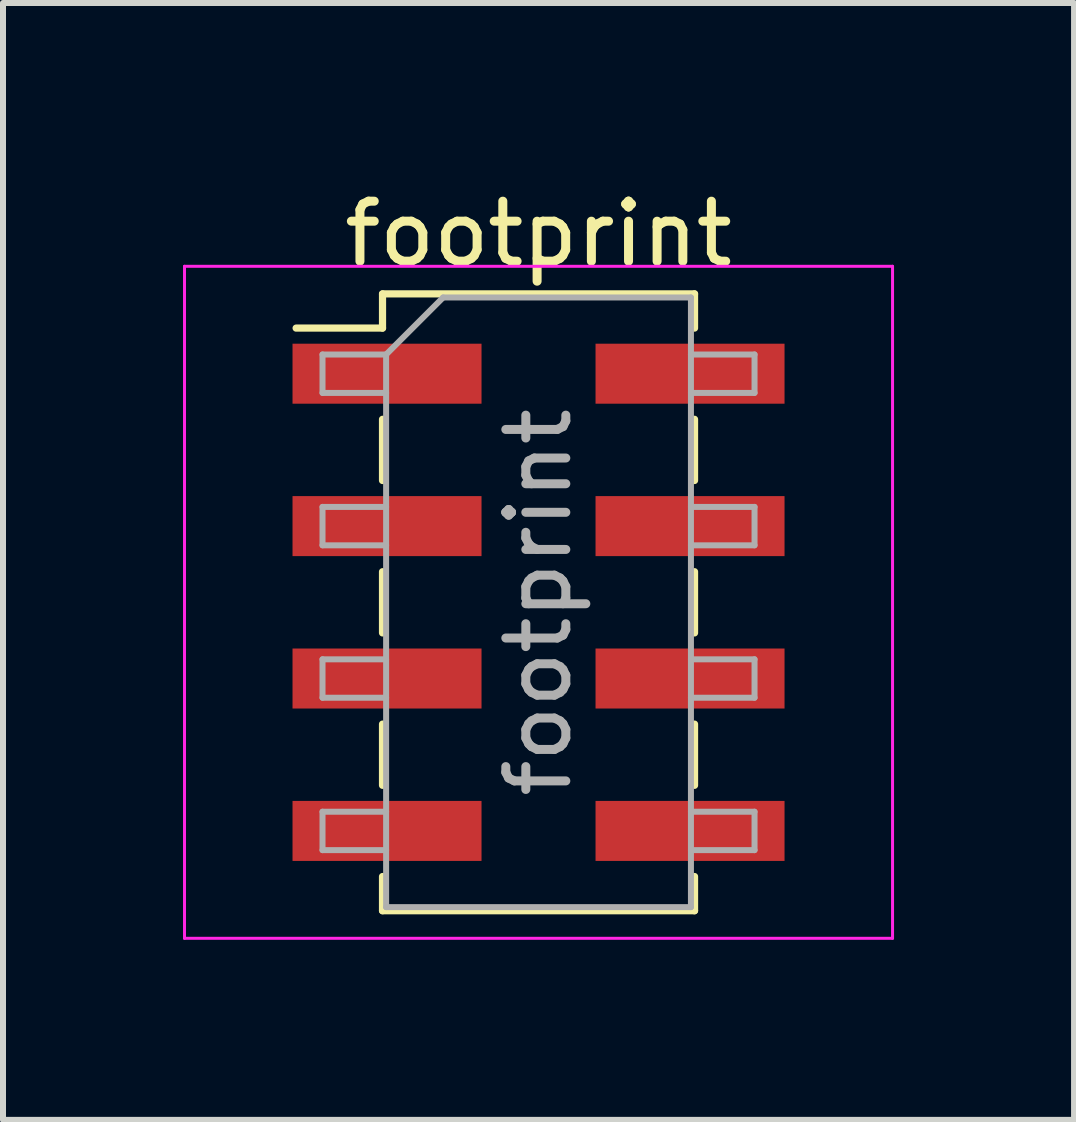
<source format=kicad_pcb>
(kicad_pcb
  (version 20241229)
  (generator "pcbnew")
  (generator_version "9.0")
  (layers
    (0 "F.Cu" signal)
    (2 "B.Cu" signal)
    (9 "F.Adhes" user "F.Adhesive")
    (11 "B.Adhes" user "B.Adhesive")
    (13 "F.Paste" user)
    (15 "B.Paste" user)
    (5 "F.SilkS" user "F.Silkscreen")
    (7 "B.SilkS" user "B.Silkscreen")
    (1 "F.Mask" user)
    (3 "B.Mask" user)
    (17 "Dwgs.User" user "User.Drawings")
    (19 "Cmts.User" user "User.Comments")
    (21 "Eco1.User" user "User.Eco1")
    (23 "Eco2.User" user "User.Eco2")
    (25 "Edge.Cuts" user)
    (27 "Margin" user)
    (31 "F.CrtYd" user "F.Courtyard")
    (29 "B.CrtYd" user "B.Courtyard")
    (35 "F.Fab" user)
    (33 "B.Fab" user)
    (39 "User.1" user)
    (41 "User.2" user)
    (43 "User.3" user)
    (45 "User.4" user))
  (footprint "footprint"
    (layer "F.Cu")
    (at 5.925 6.988)
    (property "Reference" "footprint" (at 0 -6.14 0) (layer "F.SilkS") (effects (font (size 1 1) (thickness 0.15))))
    (attr smd)
    (fp_line (start -4.04 -4.57) (end -2.6 -4.57) (stroke (width 0.12) (type solid)) (layer "F.SilkS"))
    (fp_line (start -2.6 -5.14) (end -2.6 -4.57) (stroke (width 0.12) (type solid)) (layer "F.SilkS"))
    (fp_line (start -2.6 -5.14) (end 2.6 -5.14) (stroke (width 0.12) (type solid)) (layer "F.SilkS"))
    (fp_line (start -2.6 -3.05) (end -2.6 -2.03) (stroke (width 0.12) (type solid)) (layer "F.SilkS"))
    (fp_line (start -2.6 -0.51) (end -2.6 0.51) (stroke (width 0.12) (type solid)) (layer "F.SilkS"))
    (fp_line (start -2.6 2.03) (end -2.6 3.05) (stroke (width 0.12) (type solid)) (layer "F.SilkS"))
    (fp_line (start -2.6 4.57) (end -2.6 5.14) (stroke (width 0.12) (type solid)) (layer "F.SilkS"))
    (fp_line (start -2.6 5.14) (end 2.6 5.14) (stroke (width 0.12) (type solid)) (layer "F.SilkS"))
    (fp_line (start 2.6 -5.14) (end 2.6 -4.57) (stroke (width 0.12) (type solid)) (layer "F.SilkS"))
    (fp_line (start 2.6 -3.05) (end 2.6 -2.03) (stroke (width 0.12) (type solid)) (layer "F.SilkS"))
    (fp_line (start 2.6 -0.51) (end 2.6 0.51) (stroke (width 0.12) (type solid)) (layer "F.SilkS"))
    (fp_line (start 2.6 2.03) (end 2.6 3.05) (stroke (width 0.12) (type solid)) (layer "F.SilkS"))
    (fp_line (start 2.6 4.57) (end 2.6 5.14) (stroke (width 0.12) (type solid)) (layer "F.SilkS"))
    (fp_line (start -5.9 -5.6) (end -5.9 5.6) (stroke (width 0.05) (type solid)) (layer "F.CrtYd"))
    (fp_line (start -5.9 5.6) (end 5.9 5.6) (stroke (width 0.05) (type solid)) (layer "F.CrtYd"))
    (fp_line (start 5.9 -5.6) (end -5.9 -5.6) (stroke (width 0.05) (type solid)) (layer "F.CrtYd"))
    (fp_line (start 5.9 5.6) (end 5.9 -5.6) (stroke (width 0.05) (type solid)) (layer "F.CrtYd"))
    (fp_line (start -3.6 -4.13) (end -3.6 -3.49) (stroke (width 0.1) (type solid)) (layer "F.Fab"))
    (fp_line (start -3.6 -3.49) (end -2.54 -3.49) (stroke (width 0.1) (type solid)) (layer "F.Fab"))
    (fp_line (start -3.6 -1.59) (end -3.6 -0.95) (stroke (width 0.1) (type solid)) (layer "F.Fab"))
    (fp_line (start -3.6 -0.95) (end -2.54 -0.95) (stroke (width 0.1) (type solid)) (layer "F.Fab"))
    (fp_line (start -3.6 0.95) (end -3.6 1.59) (stroke (width 0.1) (type solid)) (layer "F.Fab"))
    (fp_line (start -3.6 1.59) (end -2.54 1.59) (stroke (width 0.1) (type solid)) (layer "F.Fab"))
    (fp_line (start -3.6 3.49) (end -3.6 4.13) (stroke (width 0.1) (type solid)) (layer "F.Fab"))
    (fp_line (start -3.6 4.13) (end -2.54 4.13) (stroke (width 0.1) (type solid)) (layer "F.Fab"))
    (fp_line (start -2.54 -4.13) (end -3.6 -4.13) (stroke (width 0.1) (type solid)) (layer "F.Fab"))
    (fp_line (start -2.54 -4.13) (end -1.59 -5.08) (stroke (width 0.1) (type solid)) (layer "F.Fab"))
    (fp_line (start -2.54 -1.59) (end -3.6 -1.59) (stroke (width 0.1) (type solid)) (layer "F.Fab"))
    (fp_line (start -2.54 0.95) (end -3.6 0.95) (stroke (width 0.1) (type solid)) (layer "F.Fab"))
    (fp_line (start -2.54 3.49) (end -3.6 3.49) (stroke (width 0.1) (type solid)) (layer "F.Fab"))
    (fp_line (start -2.54 5.08) (end -2.54 -4.13) (stroke (width 0.1) (type solid)) (layer "F.Fab"))
    (fp_line (start -1.59 -5.08) (end 2.54 -5.08) (stroke (width 0.1) (type solid)) (layer "F.Fab"))
    (fp_line (start 2.54 -5.08) (end 2.54 5.08) (stroke (width 0.1) (type solid)) (layer "F.Fab"))
    (fp_line (start 2.54 -4.13) (end 3.6 -4.13) (stroke (width 0.1) (type solid)) (layer "F.Fab"))
    (fp_line (start 2.54 -1.59) (end 3.6 -1.59) (stroke (width 0.1) (type solid)) (layer "F.Fab"))
    (fp_line (start 2.54 0.95) (end 3.6 0.95) (stroke (width 0.1) (type solid)) (layer "F.Fab"))
    (fp_line (start 2.54 3.49) (end 3.6 3.49) (stroke (width 0.1) (type solid)) (layer "F.Fab"))
    (fp_line (start 2.54 5.08) (end -2.54 5.08) (stroke (width 0.1) (type solid)) (layer "F.Fab"))
    (fp_line (start 3.6 -4.13) (end 3.6 -3.49) (stroke (width 0.1) (type solid)) (layer "F.Fab"))
    (fp_line (start 3.6 -3.49) (end 2.54 -3.49) (stroke (width 0.1) (type solid)) (layer "F.Fab"))
    (fp_line (start 3.6 -1.59) (end 3.6 -0.95) (stroke (width 0.1) (type solid)) (layer "F.Fab"))
    (fp_line (start 3.6 -0.95) (end 2.54 -0.95) (stroke (width 0.1) (type solid)) (layer "F.Fab"))
    (fp_line (start 3.6 0.95) (end 3.6 1.59) (stroke (width 0.1) (type solid)) (layer "F.Fab"))
    (fp_line (start 3.6 1.59) (end 2.54 1.59) (stroke (width 0.1) (type solid)) (layer "F.Fab"))
    (fp_line (start 3.6 3.49) (end 3.6 4.13) (stroke (width 0.1) (type solid)) (layer "F.Fab"))
    (fp_line (start 3.6 4.13) (end 2.54 4.13) (stroke (width 0.1) (type solid)) (layer "F.Fab"))
    (fp_text user "${REFERENCE}" (at 0 0 90) (layer "F.Fab") (effects (font (size 1 1) (thickness 0.15))))
    (pad "1" smd rect (at -2.525 -3.81) (size 3.15 1) (layers "F.Cu" "F.Mask" "F.Paste"))
    (pad "2" smd rect (at 2.525 -3.81) (size 3.15 1) (layers "F.Cu" "F.Mask" "F.Paste"))
    (pad "3" smd rect (at -2.525 -1.27) (size 3.15 1) (layers "F.Cu" "F.Mask" "F.Paste"))
    (pad "4" smd rect (at 2.525 -1.27) (size 3.15 1) (layers "F.Cu" "F.Mask" "F.Paste"))
    (pad "5" smd rect (at -2.525 1.27) (size 3.15 1) (layers "F.Cu" "F.Mask" "F.Paste"))
    (pad "6" smd rect (at 2.525 1.27) (size 3.15 1) (layers "F.Cu" "F.Mask" "F.Paste"))
    (pad "7" smd rect (at -2.525 3.81) (size 3.15 1) (layers "F.Cu" "F.Mask" "F.Paste"))
    (pad "8" smd rect (at 2.525 3.81) (size 3.15 1) (layers "F.Cu" "F.Mask" "F.Paste")))
  (gr_rect
    (start -3 -3)
    (end 14.85 15.613)
    (stroke (width 0.1) (type default))
    (fill no)
    (layer "Edge.Cuts")))
</source>
